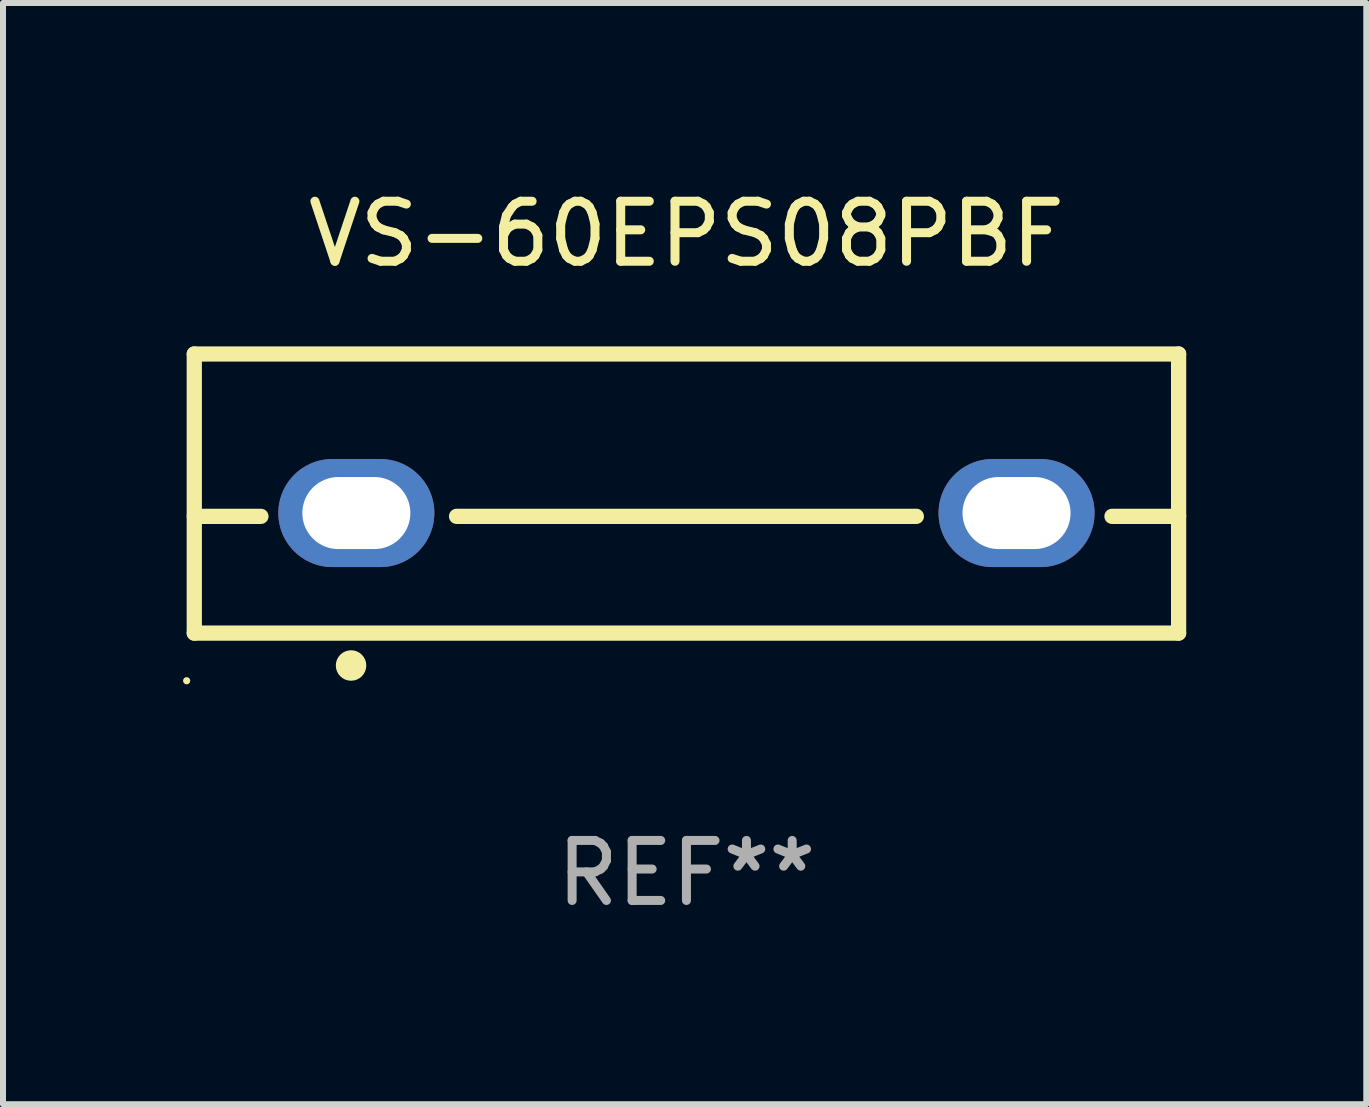
<source format=kicad_pcb>
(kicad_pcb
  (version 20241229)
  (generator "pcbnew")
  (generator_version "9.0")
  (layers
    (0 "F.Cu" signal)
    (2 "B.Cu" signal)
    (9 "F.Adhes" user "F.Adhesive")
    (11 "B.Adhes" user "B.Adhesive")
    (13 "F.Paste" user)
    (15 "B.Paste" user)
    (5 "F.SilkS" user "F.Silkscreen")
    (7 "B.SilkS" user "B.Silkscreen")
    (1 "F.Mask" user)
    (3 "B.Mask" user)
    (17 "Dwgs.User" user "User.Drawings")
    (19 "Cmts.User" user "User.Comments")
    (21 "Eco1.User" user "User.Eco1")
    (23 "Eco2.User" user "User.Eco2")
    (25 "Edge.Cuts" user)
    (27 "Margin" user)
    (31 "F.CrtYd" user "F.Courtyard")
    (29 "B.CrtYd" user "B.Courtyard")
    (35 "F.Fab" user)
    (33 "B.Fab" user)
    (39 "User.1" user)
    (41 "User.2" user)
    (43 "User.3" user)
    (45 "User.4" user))
  (footprint "VS-60EPS08PBF"
    (layer "F.Cu")
    (at 8.387 5.173)
    (property "Reference" "VS-60EPS08PBF" (at 0 -4.325 0) (layer "F.SilkS") (effects (font (size 1 1) (thickness 0.15))))
    (attr through_hole)
    (fp_line (start -8.2 -2.325) (end -8.2 2.325) (stroke (width 0.254) (type solid)) (layer "F.SilkS"))
    (fp_line (start -8.2 -2.325) (end 8.2 -2.325) (stroke (width 0.254) (type solid)) (layer "F.SilkS"))
    (fp_line (start -8.2 0.38) (end -7.09 0.38) (stroke (width 0.254) (type solid)) (layer "F.SilkS"))
    (fp_line (start -8.2 2.325) (end 8.2 2.325) (stroke (width 0.254) (type solid)) (layer "F.SilkS"))
    (fp_line (start -3.83 0.38) (end 3.83 0.38) (stroke (width 0.254) (type solid)) (layer "F.SilkS"))
    (fp_line (start 7.09 0.38) (end 8.2 0.38) (stroke (width 0.254) (type solid)) (layer "F.SilkS"))
    (fp_line (start 8.2 -2.325) (end 8.2 2.325) (stroke (width 0.254) (type solid)) (layer "F.SilkS"))
    (fp_circle (center -8.327 3.119) (end -8.297 3.119) (stroke (width 0.06) (type solid)) (fill no) (layer "F.SilkS"))
    (fp_circle (center -5.588 2.865) (end -5.461 2.865) (stroke (width 0.254) (type solid)) (fill no) (layer "F.SilkS"))
    (fp_text user "REF**" (at 0 6.325 0) (layer "F.Fab") (effects (font (size 1 1) (thickness 0.15))))
    (pad "1" thru_hole oval (at -5.5 0.325) (size 2.6 1.8) (drill oval 1.8 1.2) (layers "*.Cu" "*.Mask"))
    (pad "3" thru_hole oval (at 5.5 0.325) (size 2.6 1.8) (drill oval 1.8 1.2) (layers "*.Cu" "*.Mask")))
  (gr_rect
    (start -3 -3)
    (end 19.714 15.347)
    (stroke (width 0.1) (type default))
    (fill no)
    (layer "Edge.Cuts")))
</source>
